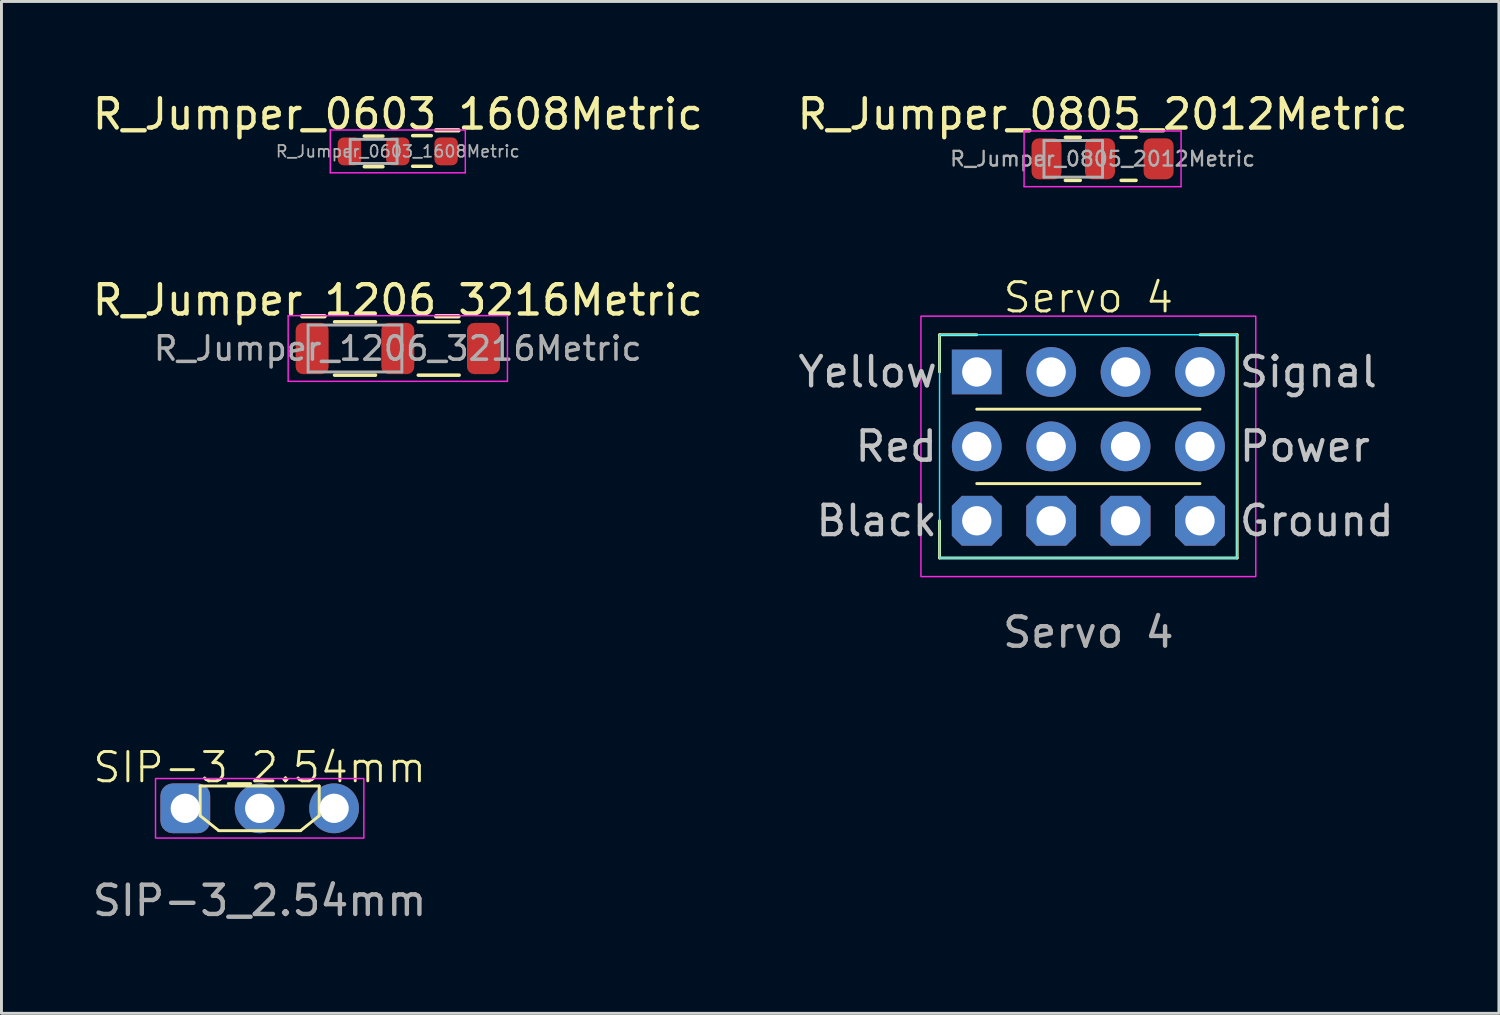
<source format=kicad_pcb>
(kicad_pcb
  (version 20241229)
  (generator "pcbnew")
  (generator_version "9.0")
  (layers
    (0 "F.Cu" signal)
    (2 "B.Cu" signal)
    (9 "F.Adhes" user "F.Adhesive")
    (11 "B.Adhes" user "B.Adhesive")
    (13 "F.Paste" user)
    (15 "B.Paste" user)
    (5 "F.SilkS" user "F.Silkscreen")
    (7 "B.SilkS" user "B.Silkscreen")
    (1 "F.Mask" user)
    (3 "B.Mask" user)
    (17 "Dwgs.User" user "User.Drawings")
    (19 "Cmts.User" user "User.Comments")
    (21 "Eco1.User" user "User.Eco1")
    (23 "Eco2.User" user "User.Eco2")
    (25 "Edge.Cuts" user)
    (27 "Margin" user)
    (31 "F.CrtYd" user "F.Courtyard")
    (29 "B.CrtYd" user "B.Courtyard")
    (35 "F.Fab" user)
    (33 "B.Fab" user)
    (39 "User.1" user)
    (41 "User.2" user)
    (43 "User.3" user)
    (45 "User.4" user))
  (footprint "R_Jumper_0603_1608Metric"
    (layer "F.Cu")
    (at 10.53 2.118)
    (property "Reference" "R_Jumper_0603_1608Metric" (at 0 -1.27 0) (layer "F.SilkS") (effects (font (size 1 1) (thickness 0.15))))
    (attr smd)
    (fp_line (start -1.143 -0.522) (end -0.508 -0.522) (stroke (width 0.12) (type solid)) (layer "F.SilkS"))
    (fp_line (start -1.143 0.522) (end -0.508 0.522) (stroke (width 0.12) (type solid)) (layer "F.SilkS"))
    (fp_line (start 0.508 -0.537) (end 1.143 -0.537) (stroke (width 0.12) (type solid)) (layer "F.SilkS"))
    (fp_line (start 0.508 0.508) (end 1.143 0.508) (stroke (width 0.12) (type solid)) (layer "F.SilkS"))
    (fp_line (start -2.305 -0.73) (end 2.305 -0.73) (stroke (width 0.05) (type solid)) (layer "F.CrtYd"))
    (fp_line (start -2.305 0.73) (end -2.305 -0.73) (stroke (width 0.05) (type solid)) (layer "F.CrtYd"))
    (fp_line (start 2.305 -0.73) (end 2.305 0.73) (stroke (width 0.05) (type solid)) (layer "F.CrtYd"))
    (fp_line (start 2.305 0.73) (end -2.305 0.73) (stroke (width 0.05) (type solid)) (layer "F.CrtYd"))
    (fp_line (start -1.625 -0.412) (end -0.025 -0.412) (stroke (width 0.1) (type solid)) (layer "F.Fab"))
    (fp_line (start -1.625 0.412) (end -1.625 -0.412) (stroke (width 0.1) (type solid)) (layer "F.Fab"))
    (fp_line (start -0.025 -0.412) (end -0.025 0.412) (stroke (width 0.1) (type solid)) (layer "F.Fab"))
    (fp_line (start -0.025 0.412) (end -1.625 0.412) (stroke (width 0.1) (type solid)) (layer "F.Fab"))
    (fp_text user "${REFERENCE}" (at 0 0 0) (layer "F.Fab") (effects (font (size 0.4 0.4) (thickness 0.06))))
    (pad "1" smd roundrect (at -1.65 0) (size 0.8 0.95) (layers "F.Cu" "F.Mask" "F.Paste") (roundrect_rratio 0.25))
    (pad "2" smd roundrect (at 0 0) (size 0.8 0.95) (layers "F.Cu" "F.Mask" "F.Paste") (roundrect_rratio 0.25))
    (pad "3" smd roundrect (at 1.65 0) (size 0.8 0.95) (layers "F.Cu" "F.Mask" "F.Paste") (roundrect_rratio 0.25)))
  (footprint "R_Jumper_0805_2012Metric"
    (layer "F.Cu")
    (at 34.589 2.372)
    (property "Reference" "R_Jumper_0805_2012Metric" (at 0 -1.524 0) (layer "F.SilkS") (effects (font (size 1 1) (thickness 0.15))))
    (attr smd)
    (fp_line (start -1.27 -0.735) (end -0.762 -0.735) (stroke (width 0.12) (type solid)) (layer "F.SilkS"))
    (fp_line (start -1.27 0.735) (end -0.762 0.735) (stroke (width 0.12) (type solid)) (layer "F.SilkS"))
    (fp_line (start 0.635 -0.735) (end 1.143 -0.735) (stroke (width 0.12) (type solid)) (layer "F.SilkS"))
    (fp_line (start 0.635 0.735) (end 1.143 0.735) (stroke (width 0.12) (type solid)) (layer "F.SilkS"))
    (fp_line (start -2.68 -0.95) (end 2.68 -0.95) (stroke (width 0.05) (type solid)) (layer "F.CrtYd"))
    (fp_line (start -2.68 0.95) (end -2.68 -0.95) (stroke (width 0.05) (type solid)) (layer "F.CrtYd"))
    (fp_line (start 2.68 -0.95) (end 2.68 0.95) (stroke (width 0.05) (type solid)) (layer "F.CrtYd"))
    (fp_line (start 2.68 0.95) (end -2.68 0.95) (stroke (width 0.05) (type solid)) (layer "F.CrtYd"))
    (fp_line (start -2 -0.625) (end 0 -0.625) (stroke (width 0.1) (type solid)) (layer "F.Fab"))
    (fp_line (start -2 0.625) (end -2 -0.625) (stroke (width 0.1) (type solid)) (layer "F.Fab"))
    (fp_line (start 0 -0.625) (end 0 0.625) (stroke (width 0.1) (type solid)) (layer "F.Fab"))
    (fp_line (start 0 0.625) (end -2 0.625) (stroke (width 0.1) (type solid)) (layer "F.Fab"))
    (fp_text user "${REFERENCE}" (at 0 0 0) (layer "F.Fab") (effects (font (size 0.5 0.5) (thickness 0.08))))
    (pad "1" smd roundrect (at -1.913 0) (size 1.025 1.4) (layers "F.Cu" "F.Mask" "F.Paste") (roundrect_rratio 0.244))
    (pad "2" smd roundrect (at -0.087 0) (size 1.025 1.4) (layers "F.Cu" "F.Mask" "F.Paste") (roundrect_rratio 0.244))
    (pad "3" smd roundrect (at 1.913 0) (size 1.025 1.4) (layers "F.Cu" "F.Mask" "F.Paste") (roundrect_rratio 0.244)))
  (footprint "R_Jumper_1206_3216Metric"
    (layer "F.Cu")
    (at 10.53 8.847)
    (property "Reference" "R_Jumper_1206_3216Metric" (at 0 -1.651 0) (layer "F.SilkS") (effects (font (size 1 1) (thickness 0.15))))
    (attr smd)
    (fp_line (start -2.159 -0.91) (end -0.762 -0.91) (stroke (width 0.12) (type solid)) (layer "F.SilkS"))
    (fp_line (start -2.159 0.91) (end -0.762 0.91) (stroke (width 0.12) (type solid)) (layer "F.SilkS"))
    (fp_line (start 0.699 -0.91) (end 2.095 -0.91) (stroke (width 0.12) (type solid)) (layer "F.SilkS"))
    (fp_line (start 0.699 0.91) (end 2.095 0.91) (stroke (width 0.12) (type solid)) (layer "F.SilkS"))
    (fp_line (start -3.743 -1.12) (end 3.743 -1.12) (stroke (width 0.05) (type solid)) (layer "F.CrtYd"))
    (fp_line (start -3.743 1.12) (end -3.743 -1.12) (stroke (width 0.05) (type solid)) (layer "F.CrtYd"))
    (fp_line (start 3.743 -1.12) (end 3.743 1.12) (stroke (width 0.05) (type solid)) (layer "F.CrtYd"))
    (fp_line (start 3.743 1.12) (end -3.743 1.12) (stroke (width 0.05) (type solid)) (layer "F.CrtYd"))
    (fp_line (start -3.062 -0.8) (end 0.138 -0.8) (stroke (width 0.1) (type solid)) (layer "F.Fab"))
    (fp_line (start -3.062 0.8) (end -3.062 -0.8) (stroke (width 0.1) (type solid)) (layer "F.Fab"))
    (fp_line (start 0.138 -0.8) (end 0.138 0.8) (stroke (width 0.1) (type solid)) (layer "F.Fab"))
    (fp_line (start 0.138 0.8) (end -3.062 0.8) (stroke (width 0.1) (type solid)) (layer "F.Fab"))
    (fp_text user "${REFERENCE}" (at 0 0 0) (layer "F.Fab") (effects (font (size 0.8 0.8) (thickness 0.12))))
    (pad "1" smd roundrect (at -2.925 0) (size 1.125 1.75) (layers "F.Cu" "F.Mask" "F.Paste") (roundrect_rratio 0.222))
    (pad "2" smd roundrect (at 0 0) (size 1.125 1.75) (layers "F.Cu" "F.Mask" "F.Paste") (roundrect_rratio 0.222))
    (pad "3" smd roundrect (at 2.925 0) (size 1.125 1.75) (layers "F.Cu" "F.Mask" "F.Paste") (roundrect_rratio 0.222)))
  (footprint "SIP-3_2.54mm"
    (layer "F.Cu")
    (at 5.815 24.544)
    (property "Reference" "SIP-3_2.54mm" (at 0 -1.397 0) (unlocked yes) (layer "F.SilkS") (effects (font (size 1 1) (thickness 0.1))))
    (attr through_hole)
    (fp_line (start -2.032 -0.762) (end -2.032 0.254) (stroke (width 0.1) (type default)) (layer "F.SilkS"))
    (fp_line (start -2.032 0.254) (end -1.397 0.762) (stroke (width 0.1) (type default)) (layer "F.SilkS"))
    (fp_line (start -1.397 0.762) (end 1.397 0.762) (stroke (width 0.1) (type default)) (layer "F.SilkS"))
    (fp_line (start 1.397 0.762) (end 2.032 0.254) (stroke (width 0.1) (type default)) (layer "F.SilkS"))
    (fp_line (start 2.032 -0.762) (end -2.032 -0.762) (stroke (width 0.1) (type default)) (layer "F.SilkS"))
    (fp_line (start 2.032 0.254) (end 2.032 -0.762) (stroke (width 0.1) (type default)) (layer "F.SilkS"))
    (fp_rect (start -3.556 -1.016) (end 3.556 1.016) (stroke (width 0.05) (type default)) (fill no) (layer "F.CrtYd"))
    (fp_text user "${REFERENCE}" (at 0 3.151 0) (unlocked yes) (layer "F.Fab") (effects (font (size 1 1) (thickness 0.15))))
    (pad "1" thru_hole roundrect (at -2.54 0) (size 1.7 1.7) (drill 1) (layers "*.Cu" "*.Mask") (roundrect_rratio 0.25))
    (pad "2" thru_hole circle (at 0 0) (size 1.7 1.7) (drill 1) (layers "*.Cu" "*.Mask"))
    (pad "3" thru_hole circle (at 2.54 0) (size 1.7 1.7) (drill 1) (layers "*.Cu" "*.Mask")))
  (footprint "Servo 4"
    (layer "F.Cu")
    (at 34.104 12.188)
    (property "Reference" "Servo 4" (at 0 -5.08 0) (unlocked yes) (layer "F.SilkS") (effects (font (size 1 1) (thickness 0.1))))
    (attr through_hole)
    (fp_line (start -5.08 -3.81) (end -3.81 -3.81) (stroke (width 0.1) (type default)) (layer "F.SilkS"))
    (fp_line (start -5.08 -2.54) (end -5.08 -3.81) (stroke (width 0.1) (type default)) (layer "F.SilkS"))
    (fp_line (start -5.08 2.54) (end -5.08 3.81) (stroke (width 0.1) (type default)) (layer "F.SilkS"))
    (fp_line (start -5.08 3.81) (end 5.08 3.81) (stroke (width 0.1) (type default)) (layer "F.SilkS"))
    (fp_line (start -3.81 -1.27) (end 3.81 -1.27) (stroke (width 0.1) (type default)) (layer "F.SilkS"))
    (fp_line (start 3.81 1.27) (end -3.81 1.27) (stroke (width 0.1) (type default)) (layer "F.SilkS"))
    (fp_line (start 5.08 -3.81) (end 3.81 -3.81) (stroke (width 0.1) (type default)) (layer "F.SilkS"))
    (fp_line (start 5.08 3.81) (end 5.08 -3.81) (stroke (width 0.1) (type default)) (layer "F.SilkS"))
    (fp_rect (start 5.08 3.81) (end -5.08 -3.81) (stroke (width 0.05) (type default)) (fill no) (layer "B.CrtYd"))
    (fp_rect (start -5.715 -4.445) (end 5.715 4.445) (stroke (width 0.05) (type default)) (fill no) (layer "F.CrtYd"))
    (fp_text user "Black" (at -5.08 2.54 0) (unlocked yes) (layer "Dwgs.User") (effects (font (size 1 1) (thickness 0.15)) (justify right)))
    (fp_text user "Yellow" (at -5.08 -2.54 0) (unlocked yes) (layer "Dwgs.User") (effects (font (size 1 1) (thickness 0.15)) (justify right)))
    (fp_text user "Ground" (at 5.08 2.54 0) (unlocked yes) (layer "Dwgs.User") (effects (font (size 1 1) (thickness 0.15)) (justify left)))
    (fp_text user "Signal" (at 5.08 -2.54 0) (unlocked yes) (layer "Dwgs.User") (effects (font (size 1 1) (thickness 0.15)) (justify left)))
    (fp_text user "Red" (at -5.08 0 0) (unlocked yes) (layer "Dwgs.User") (effects (font (size 1 1) (thickness 0.15)) (justify right)))
    (fp_text user "Power" (at 5.08 0 0) (unlocked yes) (layer "Dwgs.User") (effects (font (size 1 1) (thickness 0.15)) (justify left)))
    (fp_text user "${REFERENCE}" (at 0 6.35 0) (unlocked yes) (layer "F.Fab") (effects (font (size 1 1) (thickness 0.15))))
    (pad "1" thru_hole rect (at -3.81 -2.54) (size 1.7 1.524) (drill 1) (layers "*.Cu" "*.Mask"))
    (pad "2" thru_hole circle (at -1.27 -2.54) (size 1.7 1.7) (drill 1) (layers "*.Cu" "*.Mask"))
    (pad "3" thru_hole circle (at 1.27 -2.54) (size 1.7 1.7) (drill 1) (layers "*.Cu" "*.Mask"))
    (pad "4" thru_hole circle (at 3.81 -2.54) (size 1.7 1.7) (drill 1) (layers "*.Cu" "*.Mask"))
    (pad "5" thru_hole circle (at -3.81 0) (size 1.7 1.7) (drill 1) (layers "*.Cu" "*.Mask"))
    (pad "5" thru_hole circle (at -1.27 0) (size 1.7 1.7) (drill 1) (layers "*.Cu" "*.Mask"))
    (pad "5" thru_hole circle (at 1.27 0) (size 1.7 1.7) (drill 1) (layers "*.Cu" "*.Mask"))
    (pad "5" thru_hole circle (at 3.81 0) (size 1.7 1.7) (drill 1) (layers "*.Cu" "*.Mask"))
    (pad "6" thru_hole roundrect (at -3.81 2.54) (size 1.7 1.7) (drill 1) (layers "*.Cu" "*.Mask") (roundrect_rratio 0) (chamfer_ratio 0.2) (chamfer top_left top_right bottom_left bottom_right))
    (pad "6" thru_hole roundrect (at -1.27 2.54) (size 1.7 1.7) (drill 1) (layers "*.Cu" "*.Mask") (roundrect_rratio 0) (chamfer_ratio 0.2) (chamfer top_left top_right bottom_left bottom_right))
    (pad "6" thru_hole roundrect (at 1.27 2.54) (size 1.7 1.7) (drill 1) (layers "*.Cu" "*.Mask") (roundrect_rratio 0) (chamfer_ratio 0.2) (chamfer top_left top_right bottom_left bottom_right))
    (pad "6" thru_hole roundrect (at 3.81 2.54) (size 1.7 1.7) (drill 1) (layers "*.Cu" "*.Mask") (roundrect_rratio 0) (chamfer_ratio 0.2) (chamfer top_left top_right bottom_left bottom_right)))
  (gr_rect
    (start -3 -3)
    (end 48.119 31.543)
    (stroke (width 0.1) (type default))
    (fill no)
    (layer "Edge.Cuts")))
</source>
